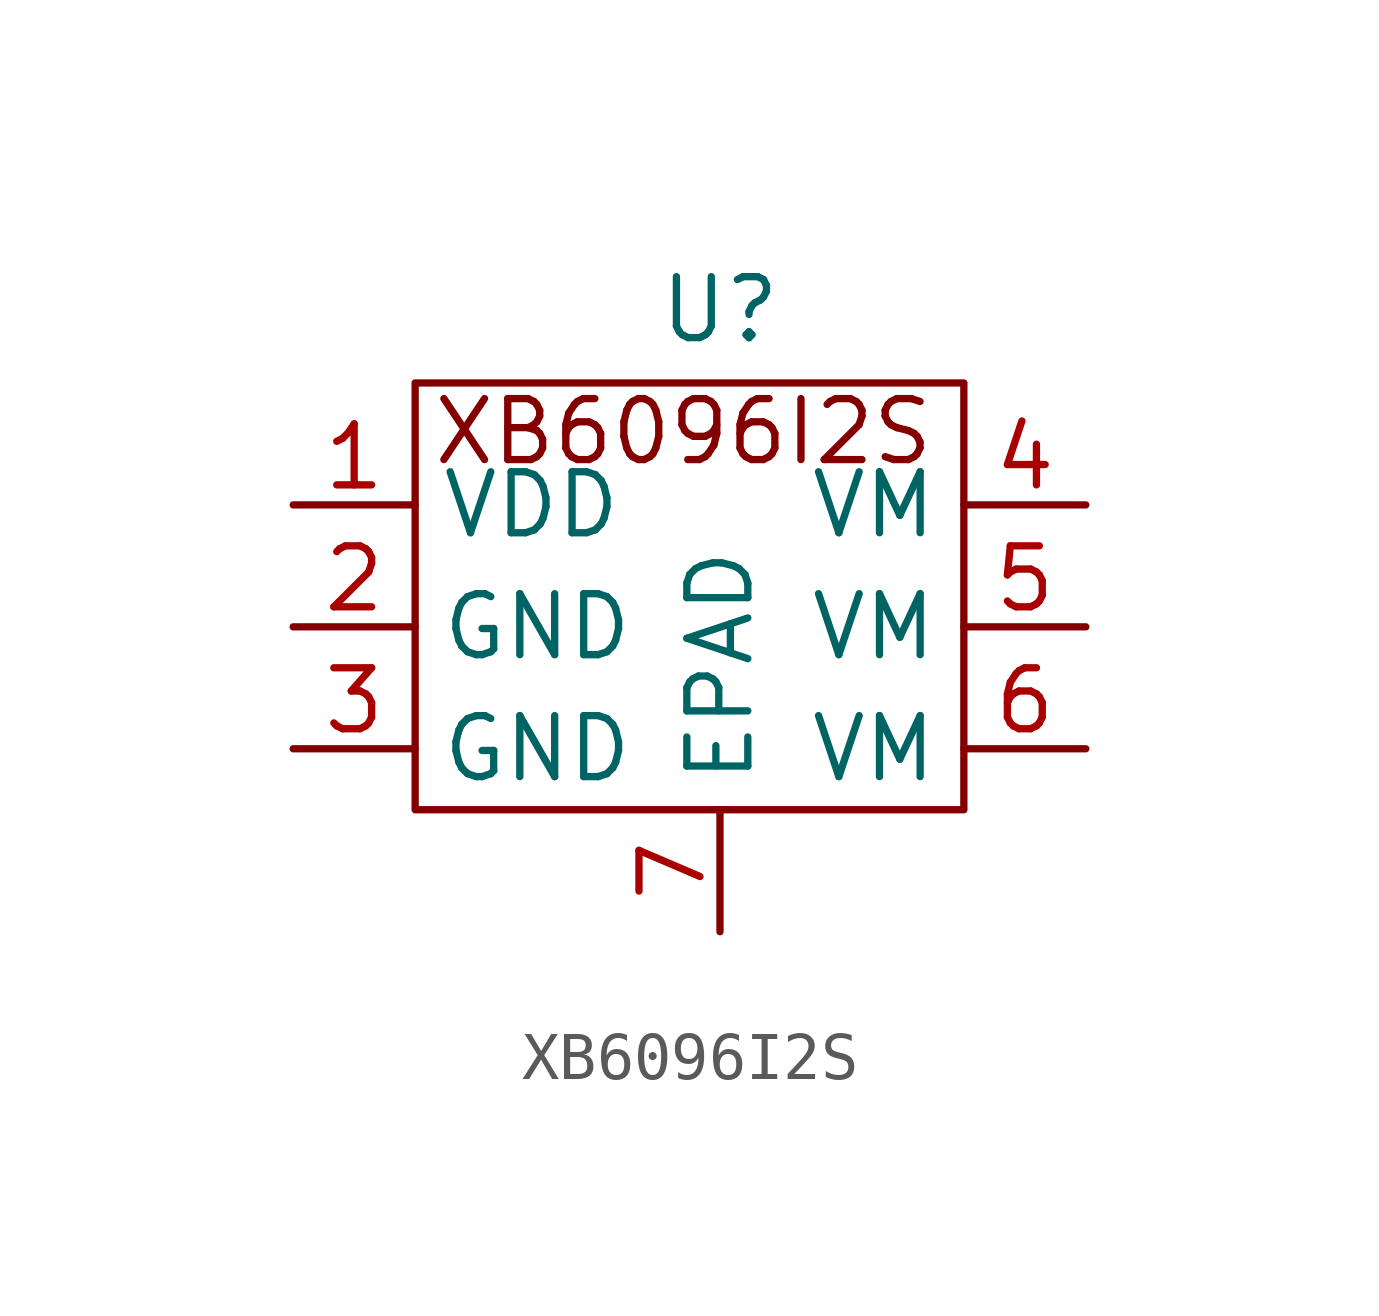
<source format=kicad_sym>
(kicad_symbol_lib
  (version 20241209)
  (generator "kicad_symbol_editor")
  (generator_version "9.0")
  (symbol "XB6096I2S"
    (property "Reference" "U"
      (at 0 1.524 0)
      (effects (font (size 1.27 1.27))))
    (property "Value" ""
      (at 0 0 0)
      (effects (font (size 1.27 1.27))))
    (symbol "XB6096I2S_0_0"
      (pin unspecified line (at -8.89 -2.54 0) (length 2.54) (name "VDD" (effects (font (size 1.27 1.27)))) (number "1" (effects (font (size 1.27 1.27)))))
      (pin unspecified line (at -8.89 -5.08 0) (length 2.54) (name "GND" (effects (font (size 1.27 1.27)))) (number "2" (effects (font (size 1.27 1.27)))))
      (pin unspecified line (at -8.89 -7.62 0) (length 2.54) (name "GND" (effects (font (size 1.27 1.27)))) (number "3" (effects (font (size 1.27 1.27)))))
      (pin unspecified line (at 0 -11.43 90) (length 2.54) (name "EPAD" (effects (font (size 1.27 1.27)))) (number "7" (effects (font (size 1.27 1.27)))))
      (pin unspecified line (at 7.62 -2.54 180) (length 2.54) (name "VM" (effects (font (size 1.27 1.27)))) (number "4" (effects (font (size 1.27 1.27)))))
      (pin unspecified line (at 7.62 -5.08 180) (length 2.54) (name "VM" (effects (font (size 1.27 1.27)))) (number "5" (effects (font (size 1.27 1.27)))))
      (pin unspecified line (at 7.62 -7.62 180) (length 2.54) (name "VM" (effects (font (size 1.27 1.27)))) (number "6" (effects (font (size 1.27 1.27))))))
    (symbol "XB6096I2S_0_1"
      (rectangle (start -6.35 0) (end 5.08 -8.89) (stroke (width 0) (type default)) (fill (type none))))
    (symbol "XB6096I2S_1_1"
      (text "XB6096I2S" (at -0.762 -1.016 0) (effects (font (size 1.27 1.27)))))))
</source>
